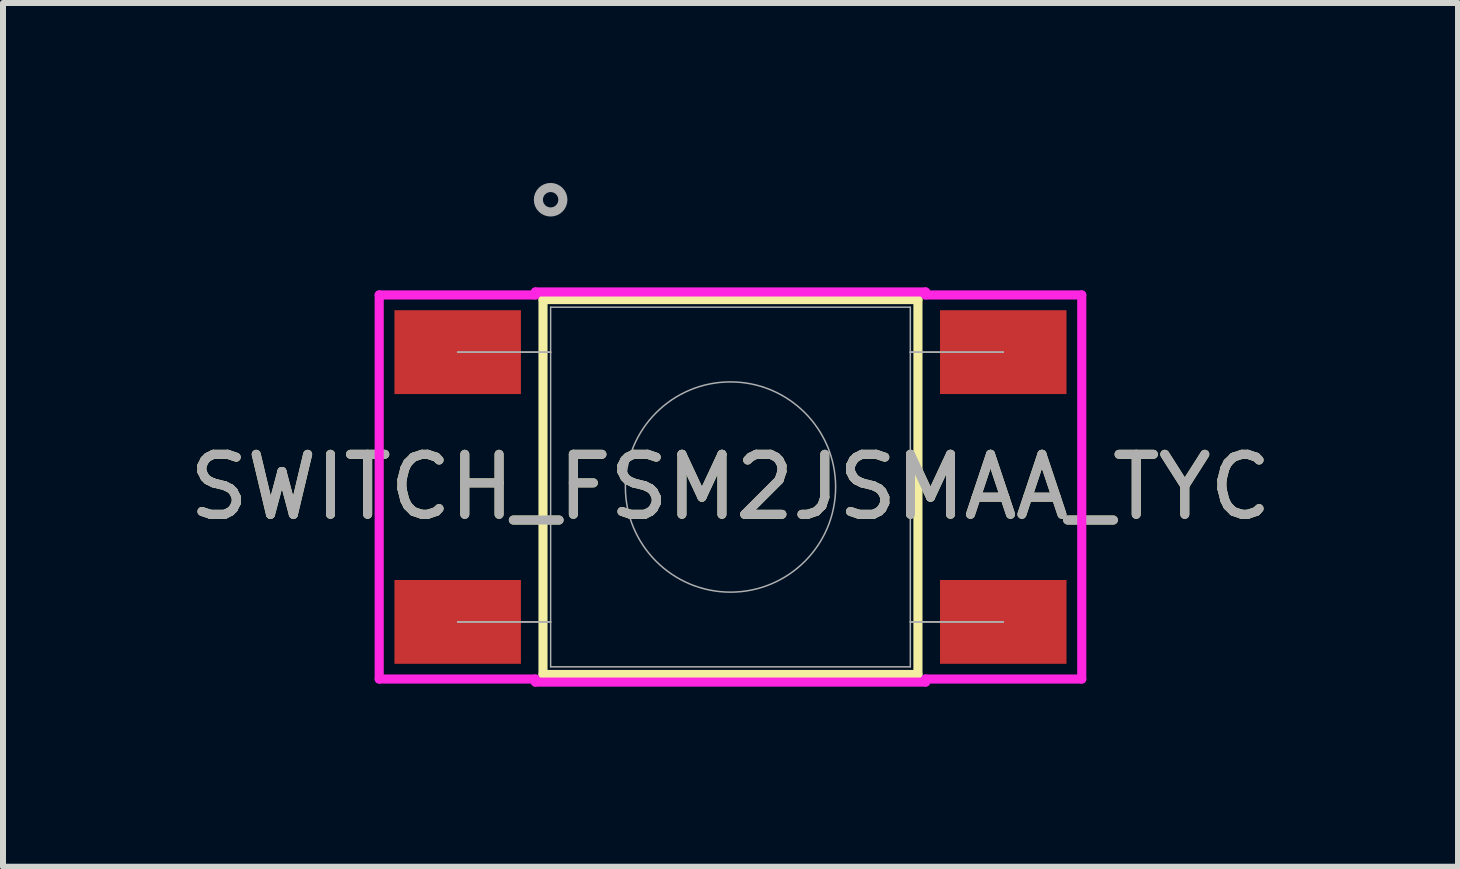
<source format=kicad_pcb>
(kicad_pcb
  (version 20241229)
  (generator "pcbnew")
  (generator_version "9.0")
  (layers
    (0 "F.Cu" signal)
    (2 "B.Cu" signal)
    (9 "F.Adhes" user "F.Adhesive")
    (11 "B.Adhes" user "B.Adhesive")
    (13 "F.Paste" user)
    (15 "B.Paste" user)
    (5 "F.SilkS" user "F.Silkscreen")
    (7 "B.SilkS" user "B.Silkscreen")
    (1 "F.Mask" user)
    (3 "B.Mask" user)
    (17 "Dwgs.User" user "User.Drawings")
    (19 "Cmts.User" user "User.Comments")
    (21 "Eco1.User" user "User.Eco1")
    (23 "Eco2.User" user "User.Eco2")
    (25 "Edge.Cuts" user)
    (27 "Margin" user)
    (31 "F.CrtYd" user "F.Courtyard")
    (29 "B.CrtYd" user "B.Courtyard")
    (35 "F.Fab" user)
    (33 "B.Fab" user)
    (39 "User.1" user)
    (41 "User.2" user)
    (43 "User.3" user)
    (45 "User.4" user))
  (footprint "SWITCH_FSM2JSMAA_TYC"
    (layer "F.Cu")
    (at 4.578 2.819)
    (property "Reference" "SWITCH_FSM2JSMAA_TYC" (at 4.547 2.248 0) (unlocked yes) (layer "F.SilkS") (effects (font (size 1 1) (thickness 0.15))))
    (attr smd)
    (fp_line (start 1.422 -0.876) (end 1.422 5.372) (stroke (width 0.152) (type solid)) (layer "F.SilkS"))
    (fp_line (start 1.422 5.372) (end 7.671 5.372) (stroke (width 0.152) (type solid)) (layer "F.SilkS"))
    (fp_line (start 7.671 -0.876) (end 1.422 -0.876) (stroke (width 0.152) (type solid)) (layer "F.SilkS"))
    (fp_line (start 7.671 5.372) (end 7.671 -0.876) (stroke (width 0.152) (type solid)) (layer "F.SilkS"))
    (fp_line (start -1.308 -0.953) (end 1.295 -0.953) (stroke (width 0.152) (type solid)) (layer "F.CrtYd"))
    (fp_line (start -1.308 5.448) (end -1.308 -0.953) (stroke (width 0.152) (type solid)) (layer "F.CrtYd"))
    (fp_line (start -1.308 5.448) (end 1.295 5.448) (stroke (width 0.152) (type solid)) (layer "F.CrtYd"))
    (fp_line (start 1.295 -1.003) (end 7.798 -1.003) (stroke (width 0.152) (type solid)) (layer "F.CrtYd"))
    (fp_line (start 1.295 -0.953) (end 1.295 -1.003) (stroke (width 0.152) (type solid)) (layer "F.CrtYd"))
    (fp_line (start 1.295 5.499) (end 1.295 5.448) (stroke (width 0.152) (type solid)) (layer "F.CrtYd"))
    (fp_line (start 7.798 -1.003) (end 7.798 -0.953) (stroke (width 0.152) (type solid)) (layer "F.CrtYd"))
    (fp_line (start 7.798 5.448) (end 7.798 5.499) (stroke (width 0.152) (type solid)) (layer "F.CrtYd"))
    (fp_line (start 7.798 5.499) (end 1.295 5.499) (stroke (width 0.152) (type solid)) (layer "F.CrtYd"))
    (fp_line (start 10.401 -0.953) (end 7.798 -0.953) (stroke (width 0.152) (type solid)) (layer "F.CrtYd"))
    (fp_line (start 10.401 -0.953) (end 10.401 5.448) (stroke (width 0.152) (type solid)) (layer "F.CrtYd"))
    (fp_line (start 10.401 5.448) (end 7.798 5.448) (stroke (width 0.152) (type solid)) (layer "F.CrtYd"))
    (fp_line (start 0 0) (end 0 0) (stroke (width 0.025) (type solid)) (layer "F.Fab"))
    (fp_line (start 0 0) (end 1.549 0) (stroke (width 0.025) (type solid)) (layer "F.Fab"))
    (fp_line (start 0 4.496) (end 0 4.496) (stroke (width 0.025) (type solid)) (layer "F.Fab"))
    (fp_line (start 0 4.496) (end 1.549 4.496) (stroke (width 0.025) (type solid)) (layer "F.Fab"))
    (fp_line (start 1.549 -0.749) (end 1.549 5.245) (stroke (width 0.025) (type solid)) (layer "F.Fab"))
    (fp_line (start 1.549 0) (end 0 0) (stroke (width 0.025) (type solid)) (layer "F.Fab"))
    (fp_line (start 1.549 0) (end 1.549 0) (stroke (width 0.025) (type solid)) (layer "F.Fab"))
    (fp_line (start 1.549 4.496) (end 0 4.496) (stroke (width 0.025) (type solid)) (layer "F.Fab"))
    (fp_line (start 1.549 4.496) (end 1.549 4.496) (stroke (width 0.025) (type solid)) (layer "F.Fab"))
    (fp_line (start 1.549 5.245) (end 7.544 5.245) (stroke (width 0.025) (type solid)) (layer "F.Fab"))
    (fp_line (start 7.544 -0.749) (end 1.549 -0.749) (stroke (width 0.025) (type solid)) (layer "F.Fab"))
    (fp_line (start 7.544 0) (end 7.544 0) (stroke (width 0.025) (type solid)) (layer "F.Fab"))
    (fp_line (start 7.544 0) (end 9.093 0) (stroke (width 0.025) (type solid)) (layer "F.Fab"))
    (fp_line (start 7.544 4.496) (end 7.544 4.496) (stroke (width 0.025) (type solid)) (layer "F.Fab"))
    (fp_line (start 7.544 4.496) (end 9.093 4.496) (stroke (width 0.025) (type solid)) (layer "F.Fab"))
    (fp_line (start 7.544 5.245) (end 7.544 -0.749) (stroke (width 0.025) (type solid)) (layer "F.Fab"))
    (fp_line (start 9.093 0) (end 7.544 0) (stroke (width 0.025) (type solid)) (layer "F.Fab"))
    (fp_line (start 9.093 0) (end 9.093 0) (stroke (width 0.025) (type solid)) (layer "F.Fab"))
    (fp_line (start 9.093 4.496) (end 7.544 4.496) (stroke (width 0.025) (type solid)) (layer "F.Fab"))
    (fp_line (start 9.093 4.496) (end 9.093 4.496) (stroke (width 0.025) (type solid)) (layer "F.Fab"))
    (fp_circle (center 1.549 -2.54) (end 1.753 -2.54) (stroke (width 0.152) (type solid)) (fill no) (layer "F.Fab"))
    (fp_circle (center 4.547 2.248) (end 6.299 2.248) (stroke (width 0.025) (type solid)) (fill no) (layer "F.Fab"))
    (fp_text user "${REFERENCE}" (at 4.547 2.248 0) (unlocked yes) (layer "F.Fab") (effects (font (size 1 1) (thickness 0.15))))
    (pad "1" smd rect (at 0 0) (size 2.108 1.397) (layers "F.Cu" "F.Mask" "F.Paste"))
    (pad "2" smd rect (at 9.093 0) (size 2.108 1.397) (layers "F.Cu" "F.Mask" "F.Paste"))
    (pad "3" smd rect (at 0 4.496) (size 2.108 1.397) (layers "F.Cu" "F.Mask" "F.Paste"))
    (pad "4" smd rect (at 9.093 4.496) (size 2.108 1.397) (layers "F.Cu" "F.Mask" "F.Paste")))
  (gr_rect
    (start -3 -3)
    (end 21.25 11.395)
    (stroke (width 0.1) (type default))
    (fill no)
    (layer "Edge.Cuts")))
</source>
